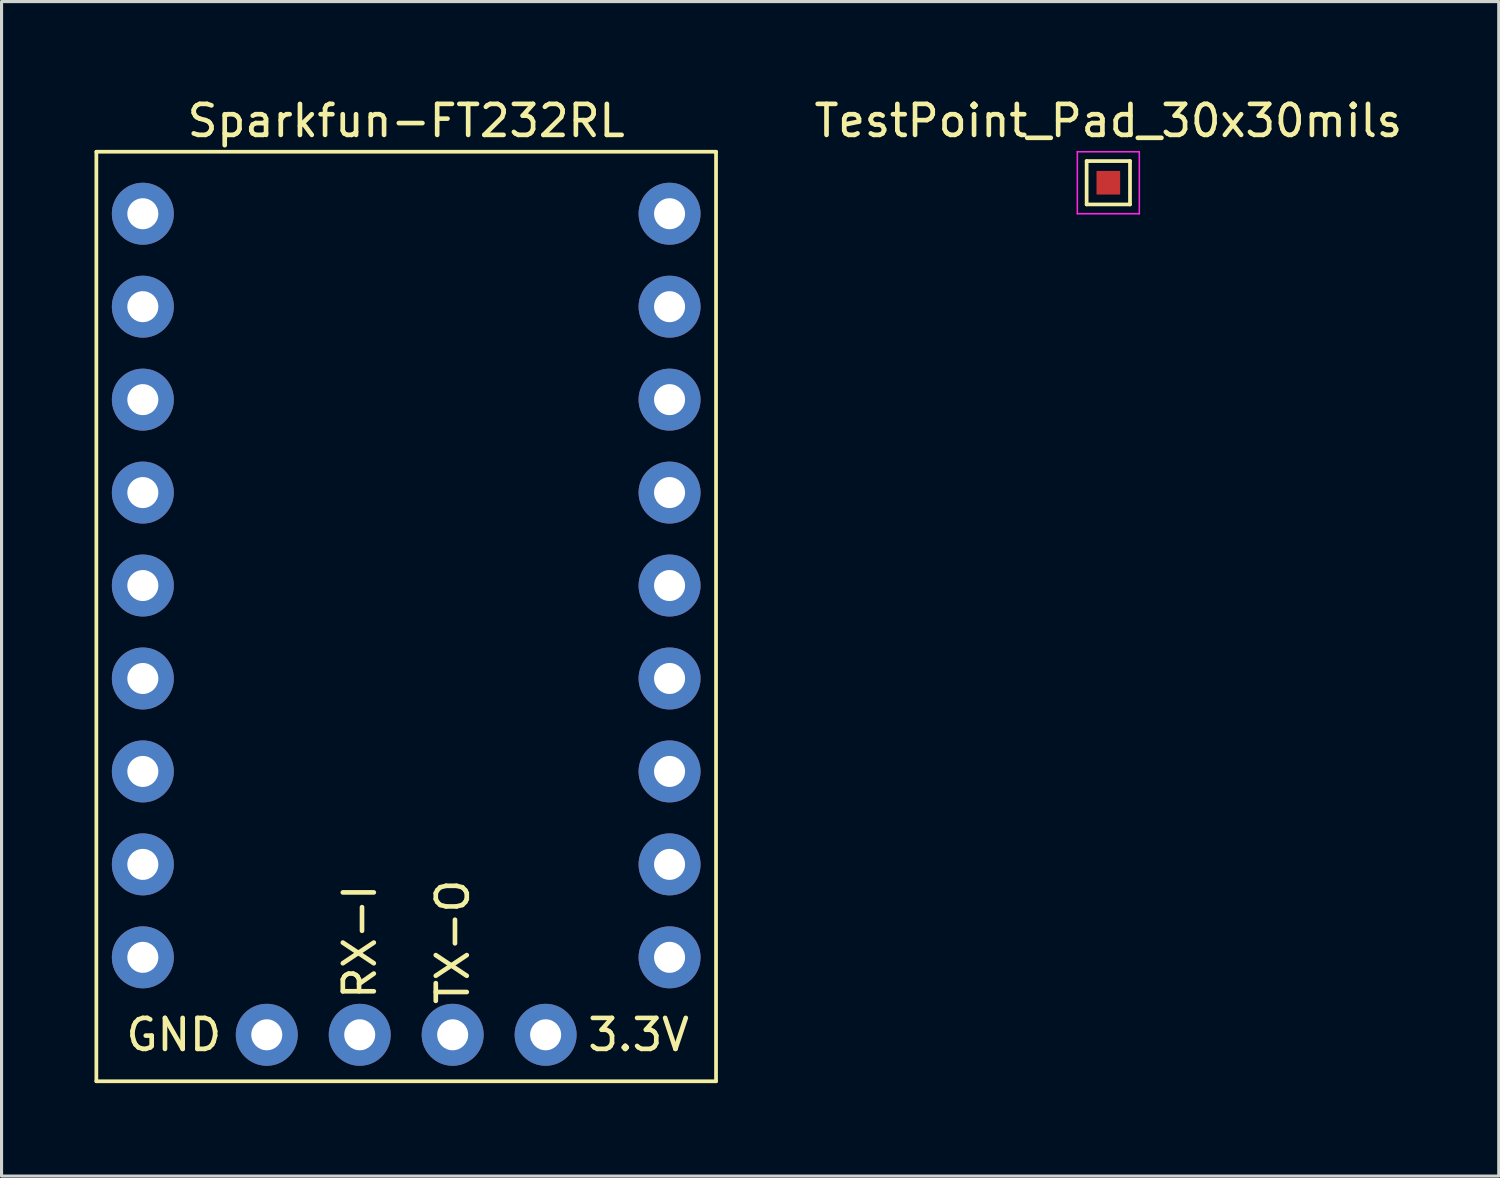
<source format=kicad_pcb>
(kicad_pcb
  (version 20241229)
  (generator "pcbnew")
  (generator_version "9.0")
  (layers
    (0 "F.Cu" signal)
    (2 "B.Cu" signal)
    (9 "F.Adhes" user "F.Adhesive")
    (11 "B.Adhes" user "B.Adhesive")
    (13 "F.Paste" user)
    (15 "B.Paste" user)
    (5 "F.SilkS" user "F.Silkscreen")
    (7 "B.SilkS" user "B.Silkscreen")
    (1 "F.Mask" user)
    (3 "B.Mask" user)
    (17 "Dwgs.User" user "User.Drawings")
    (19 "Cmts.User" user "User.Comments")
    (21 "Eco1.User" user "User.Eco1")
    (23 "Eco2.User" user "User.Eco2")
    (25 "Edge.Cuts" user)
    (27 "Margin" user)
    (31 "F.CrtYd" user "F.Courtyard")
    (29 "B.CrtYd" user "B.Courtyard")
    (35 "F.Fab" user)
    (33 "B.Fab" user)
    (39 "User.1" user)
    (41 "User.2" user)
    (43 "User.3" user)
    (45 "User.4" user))
  (footprint "TestPoint_Pad_30x30mils"
    (layer "F.Cu")
    (at 32.721 2.848)
    (property "Reference" "TestPoint_Pad_30x30mils" (at 0 -2 0) (layer "F.SilkS") (effects (font (size 1 1) (thickness 0.15))))
    (attr through_hole)
    (fp_line (start -0.7 -0.7) (end 0.7 -0.7) (stroke (width 0.12) (type solid)) (layer "F.SilkS"))
    (fp_line (start -0.7 0.7) (end -0.7 -0.7) (stroke (width 0.12) (type solid)) (layer "F.SilkS"))
    (fp_line (start 0.7 -0.7) (end 0.7 0.7) (stroke (width 0.12) (type solid)) (layer "F.SilkS"))
    (fp_line (start 0.7 0.7) (end -0.7 0.7) (stroke (width 0.12) (type solid)) (layer "F.SilkS"))
    (fp_line (start -1 -1) (end -1 1) (stroke (width 0.05) (type solid)) (layer "F.CrtYd"))
    (fp_line (start -1 -1) (end 1 -1) (stroke (width 0.05) (type solid)) (layer "F.CrtYd"))
    (fp_line (start 1 1) (end -1 1) (stroke (width 0.05) (type solid)) (layer "F.CrtYd"))
    (fp_line (start 1 1) (end 1 -1) (stroke (width 0.05) (type solid)) (layer "F.CrtYd"))
    (pad "1" smd rect (at 0 0) (size 0.762 0.762) (layers "F.Cu" "F.Mask")))
  (footprint "Sparkfun-FT232RL"
    (layer "F.Cu")
    (at 10.06 16.848)
    (property "Reference" "Sparkfun-FT232RL" (at 0 -16 0) (layer "F.SilkS") (effects (font (size 1 1) (thickness 0.15))))
    (attr through_hole)
    (fp_line (start -10 -15) (end 10 -15) (stroke (width 0.12) (type solid)) (layer "F.SilkS"))
    (fp_line (start -10 15) (end -10 -15) (stroke (width 0.12) (type solid)) (layer "F.SilkS"))
    (fp_line (start 10 -15) (end 10 15) (stroke (width 0.12) (type solid)) (layer "F.SilkS"))
    (fp_line (start 10 15) (end -10 15) (stroke (width 0.12) (type solid)) (layer "F.SilkS"))
    (fp_text user "GND" (at -7.5 13.5 0) (layer "F.SilkS") (effects (font (size 1 1) (thickness 0.15))))
    (fp_text user "TX-O" (at 1.5 10.5 90) (layer "F.SilkS") (effects (font (size 1 1) (thickness 0.15))))
    (fp_text user "3.3V" (at 7.5 13.5 0) (layer "F.SilkS") (effects (font (size 1 1) (thickness 0.15))))
    (fp_text user "RX-I" (at -1.5 10.5 90) (layer "F.SilkS") (effects (font (size 1 1) (thickness 0.15))))
    (pad "1" thru_hole circle (at 4.5 13.5) (size 2 2) (drill 1) (layers "*.Cu" "*.Mask"))
    (pad "2" thru_hole circle (at 1.5 13.5) (size 2 2) (drill 1) (layers "*.Cu" "*.Mask"))
    (pad "3" thru_hole circle (at -1.5 13.5) (size 2 2) (drill 1) (layers "*.Cu" "*.Mask"))
    (pad "4" thru_hole circle (at -4.5 13.5) (size 2 2) (drill 1) (layers "*.Cu" "*.Mask"))
    (pad "5" thru_hole circle (at -8.5 -13 90) (size 2 2) (drill 1) (layers "*.Cu" "*.Mask"))
    (pad "6" thru_hole circle (at -8.5 -10 90) (size 2 2) (drill 1) (layers "*.Cu" "*.Mask"))
    (pad "7" thru_hole circle (at -8.5 -7 90) (size 2 2) (drill 1) (layers "*.Cu" "*.Mask"))
    (pad "8" thru_hole circle (at -8.5 -4 90) (size 2 2) (drill 1) (layers "*.Cu" "*.Mask"))
    (pad "9" thru_hole circle (at -8.5 -1 90) (size 2 2) (drill 1) (layers "*.Cu" "*.Mask"))
    (pad "10" thru_hole circle (at -8.5 2 90) (size 2 2) (drill 1) (layers "*.Cu" "*.Mask"))
    (pad "11" thru_hole circle (at -8.5 5 90) (size 2 2) (drill 1) (layers "*.Cu" "*.Mask"))
    (pad "12" thru_hole circle (at -8.5 8 90) (size 2 2) (drill 1) (layers "*.Cu" "*.Mask"))
    (pad "13" thru_hole circle (at -8.5 11 90) (size 2 2) (drill 1) (layers "*.Cu" "*.Mask"))
    (pad "14" thru_hole circle (at 8.5 11 90) (size 2 2) (drill 1) (layers "*.Cu" "*.Mask"))
    (pad "15" thru_hole circle (at 8.5 8 90) (size 2 2) (drill 1) (layers "*.Cu" "*.Mask"))
    (pad "16" thru_hole circle (at 8.5 5 90) (size 2 2) (drill 1) (layers "*.Cu" "*.Mask"))
    (pad "17" thru_hole circle (at 8.5 2 90) (size 2 2) (drill 1) (layers "*.Cu" "*.Mask"))
    (pad "18" thru_hole circle (at 8.5 -1 90) (size 2 2) (drill 1) (layers "*.Cu" "*.Mask"))
    (pad "19" thru_hole circle (at 8.5 -4 90) (size 2 2) (drill 1) (layers "*.Cu" "*.Mask"))
    (pad "20" thru_hole circle (at 8.5 -7 90) (size 2 2) (drill 1) (layers "*.Cu" "*.Mask"))
    (pad "21" thru_hole circle (at 8.5 -10 90) (size 2 2) (drill 1) (layers "*.Cu" "*.Mask"))
    (pad "22" thru_hole circle (at 8.5 -13 90) (size 2 2) (drill 1) (layers "*.Cu" "*.Mask")))
  (gr_rect
    (start -3 -3)
    (end 45.322 34.908)
    (stroke (width 0.1) (type default))
    (fill no)
    (layer "Edge.Cuts")))
</source>
